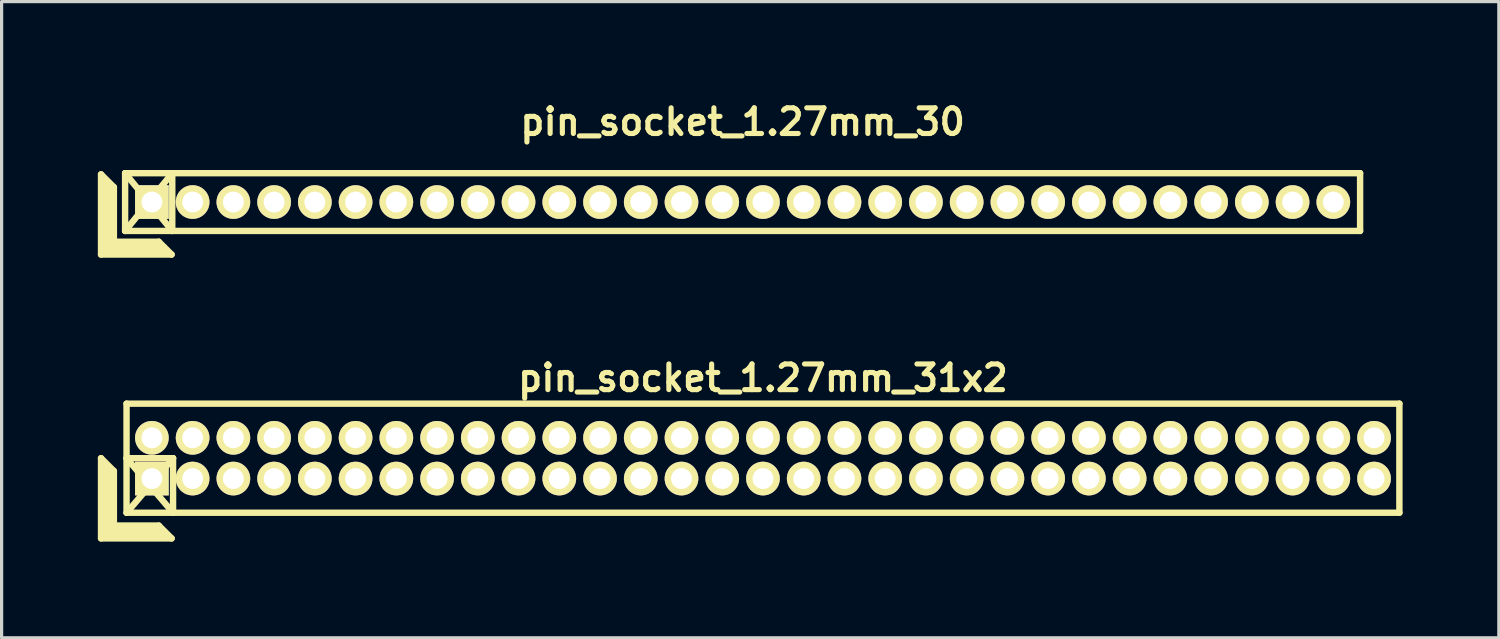
<source format=kicad_pcb>
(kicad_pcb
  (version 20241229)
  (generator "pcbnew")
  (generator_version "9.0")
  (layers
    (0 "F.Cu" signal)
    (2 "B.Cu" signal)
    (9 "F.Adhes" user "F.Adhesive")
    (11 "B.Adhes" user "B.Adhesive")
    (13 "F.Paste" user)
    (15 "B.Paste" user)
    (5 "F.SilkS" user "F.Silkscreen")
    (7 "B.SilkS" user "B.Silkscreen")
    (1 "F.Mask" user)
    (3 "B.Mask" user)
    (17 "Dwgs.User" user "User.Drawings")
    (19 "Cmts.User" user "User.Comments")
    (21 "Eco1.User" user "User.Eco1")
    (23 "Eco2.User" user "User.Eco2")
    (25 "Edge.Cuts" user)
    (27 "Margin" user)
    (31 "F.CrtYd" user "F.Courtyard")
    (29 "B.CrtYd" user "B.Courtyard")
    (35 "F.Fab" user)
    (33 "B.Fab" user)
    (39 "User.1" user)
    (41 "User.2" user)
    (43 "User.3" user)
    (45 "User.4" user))
  (footprint "pin_socket_1.27mm_30"
    (layer "F.Cu")
    (at 20.1 3.249)
    (property "Reference" "pin_socket_1.27mm_30" (at 0 -2.5 0) (layer "F.SilkS") (effects (font (size 0.8 0.8) (thickness 0.16))))
    (attr through_hole)
    (fp_line (start -20 -0.864) (end -20 1.636) (stroke (width 0.2) (type solid)) (layer "F.SilkS"))
    (fp_line (start -20 -0.864) (end -19.6 -0.464) (stroke (width 0.2) (type solid)) (layer "F.SilkS"))
    (fp_line (start -20 1.636) (end -17.8 1.636) (stroke (width 0.2) (type solid)) (layer "F.SilkS"))
    (fp_line (start -19.9 1.536) (end -19.9 -0.664) (stroke (width 0.2) (type solid)) (layer "F.SilkS"))
    (fp_line (start -19.9 1.536) (end -18 1.536) (stroke (width 0.2) (type solid)) (layer "F.SilkS"))
    (fp_line (start -19.8 1.436) (end -19.8 -0.564) (stroke (width 0.2) (type solid)) (layer "F.SilkS"))
    (fp_line (start -19.8 1.436) (end -18.1 1.436) (stroke (width 0.2) (type solid)) (layer "F.SilkS"))
    (fp_line (start -19.7 1.336) (end -19.7 -0.464) (stroke (width 0.2) (type solid)) (layer "F.SilkS"))
    (fp_line (start -19.7 1.336) (end -18.2 1.336) (stroke (width 0.2) (type solid)) (layer "F.SilkS"))
    (fp_line (start -19.6 1.236) (end -19.6 -0.464) (stroke (width 0.2) (type solid)) (layer "F.SilkS"))
    (fp_line (start -19.6 1.236) (end -18.2 1.236) (stroke (width 0.2) (type solid)) (layer "F.SilkS"))
    (fp_line (start -19.25 -0.9) (end -17.78 0.9) (stroke (width 0.2) (type solid)) (layer "F.SilkS"))
    (fp_line (start -19.25 -0.9) (end 19.25 -0.9) (stroke (width 0.2) (type solid)) (layer "F.SilkS"))
    (fp_line (start -19.25 0.9) (end -19.25 -0.9) (stroke (width 0.2) (type solid)) (layer "F.SilkS"))
    (fp_line (start -19.25 0.9) (end -17.78 -0.9) (stroke (width 0.2) (type solid)) (layer "F.SilkS"))
    (fp_line (start -18.2 1.236) (end -17.8 1.636) (stroke (width 0.2) (type solid)) (layer "F.SilkS"))
    (fp_line (start -17.78 -0.9) (end -17.78 0.9) (stroke (width 0.2) (type solid)) (layer "F.SilkS"))
    (fp_line (start 19.25 -0.9) (end 19.25 0.9) (stroke (width 0.2) (type solid)) (layer "F.SilkS"))
    (fp_line (start 19.25 0.9) (end -19.25 0.9) (stroke (width 0.2) (type solid)) (layer "F.SilkS"))
    (pad "1" thru_hole rect (at -18.415 0) (size 1.05 1.05) (drill 0.65) (layers "*.Cu" "*.Mask" "F.SilkS"))
    (pad "2" thru_hole oval (at -17.145 0) (size 1.05 1.05) (drill 0.65) (layers "*.Cu" "*.Mask" "F.SilkS"))
    (pad "3" thru_hole oval (at -15.875 0) (size 1.05 1.05) (drill 0.65) (layers "*.Cu" "*.Mask" "F.SilkS"))
    (pad "4" thru_hole oval (at -14.605 0) (size 1.05 1.05) (drill 0.65) (layers "*.Cu" "*.Mask" "F.SilkS"))
    (pad "5" thru_hole oval (at -13.335 0) (size 1.05 1.05) (drill 0.65) (layers "*.Cu" "*.Mask" "F.SilkS"))
    (pad "6" thru_hole oval (at -12.065 0) (size 1.05 1.05) (drill 0.65) (layers "*.Cu" "*.Mask" "F.SilkS"))
    (pad "7" thru_hole oval (at -10.795 0) (size 1.05 1.05) (drill 0.65) (layers "*.Cu" "*.Mask" "F.SilkS"))
    (pad "8" thru_hole oval (at -9.525 0) (size 1.05 1.05) (drill 0.65) (layers "*.Cu" "*.Mask" "F.SilkS"))
    (pad "9" thru_hole oval (at -8.255 0) (size 1.05 1.05) (drill 0.65) (layers "*.Cu" "*.Mask" "F.SilkS"))
    (pad "10" thru_hole oval (at -6.985 0) (size 1.05 1.05) (drill 0.65) (layers "*.Cu" "*.Mask" "F.SilkS"))
    (pad "11" thru_hole oval (at -5.715 0) (size 1.05 1.05) (drill 0.65) (layers "*.Cu" "*.Mask" "F.SilkS"))
    (pad "12" thru_hole oval (at -4.445 0) (size 1.05 1.05) (drill 0.65) (layers "*.Cu" "*.Mask" "F.SilkS"))
    (pad "13" thru_hole oval (at -3.175 0) (size 1.05 1.05) (drill 0.65) (layers "*.Cu" "*.Mask" "F.SilkS"))
    (pad "14" thru_hole oval (at -1.905 0) (size 1.05 1.05) (drill 0.65) (layers "*.Cu" "*.Mask" "F.SilkS"))
    (pad "15" thru_hole oval (at -0.635 0) (size 1.05 1.05) (drill 0.65) (layers "*.Cu" "*.Mask" "F.SilkS"))
    (pad "16" thru_hole oval (at 0.635 0) (size 1.05 1.05) (drill 0.65) (layers "*.Cu" "*.Mask" "F.SilkS"))
    (pad "17" thru_hole oval (at 1.905 0) (size 1.05 1.05) (drill 0.65) (layers "*.Cu" "*.Mask" "F.SilkS"))
    (pad "18" thru_hole oval (at 3.175 0) (size 1.05 1.05) (drill 0.65) (layers "*.Cu" "*.Mask" "F.SilkS"))
    (pad "19" thru_hole oval (at 4.445 0) (size 1.05 1.05) (drill 0.65) (layers "*.Cu" "*.Mask" "F.SilkS"))
    (pad "20" thru_hole oval (at 5.715 0) (size 1.05 1.05) (drill 0.65) (layers "*.Cu" "*.Mask" "F.SilkS"))
    (pad "21" thru_hole oval (at 6.985 0) (size 1.05 1.05) (drill 0.65) (layers "*.Cu" "*.Mask" "F.SilkS"))
    (pad "22" thru_hole oval (at 8.255 0) (size 1.05 1.05) (drill 0.65) (layers "*.Cu" "*.Mask" "F.SilkS"))
    (pad "23" thru_hole oval (at 9.525 0) (size 1.05 1.05) (drill 0.65) (layers "*.Cu" "*.Mask" "F.SilkS"))
    (pad "24" thru_hole oval (at 10.795 0) (size 1.05 1.05) (drill 0.65) (layers "*.Cu" "*.Mask" "F.SilkS"))
    (pad "25" thru_hole oval (at 12.065 0) (size 1.05 1.05) (drill 0.65) (layers "*.Cu" "*.Mask" "F.SilkS"))
    (pad "26" thru_hole oval (at 13.335 0) (size 1.05 1.05) (drill 0.65) (layers "*.Cu" "*.Mask" "F.SilkS"))
    (pad "27" thru_hole oval (at 14.605 0) (size 1.05 1.05) (drill 0.65) (layers "*.Cu" "*.Mask" "F.SilkS"))
    (pad "28" thru_hole oval (at 15.875 0) (size 1.05 1.05) (drill 0.65) (layers "*.Cu" "*.Mask" "F.SilkS"))
    (pad "29" thru_hole oval (at 17.145 0) (size 1.05 1.05) (drill 0.65) (layers "*.Cu" "*.Mask" "F.SilkS"))
    (pad "30" thru_hole oval (at 18.415 0) (size 1.05 1.05) (drill 0.65) (layers "*.Cu" "*.Mask" "F.SilkS")))
  (footprint "pin_socket_1.27mm_31x2"
    (layer "F.Cu")
    (at 20.735 11.234)
    (property "Reference" "pin_socket_1.27mm_31x2" (at 0 -2.5 0) (layer "F.SilkS") (effects (font (size 0.8 0.8) (thickness 0.16))))
    (attr through_hole)
    (fp_line (start -20.635 0) (end -20.635 2.5) (stroke (width 0.2) (type solid)) (layer "F.SilkS"))
    (fp_line (start -20.635 0) (end -20.235 0.4) (stroke (width 0.2) (type solid)) (layer "F.SilkS"))
    (fp_line (start -20.635 2.5) (end -18.435 2.5) (stroke (width 0.2) (type solid)) (layer "F.SilkS"))
    (fp_line (start -20.535 2.4) (end -20.535 0.2) (stroke (width 0.2) (type solid)) (layer "F.SilkS"))
    (fp_line (start -20.535 2.4) (end -18.635 2.4) (stroke (width 0.2) (type solid)) (layer "F.SilkS"))
    (fp_line (start -20.435 2.3) (end -20.435 0.3) (stroke (width 0.2) (type solid)) (layer "F.SilkS"))
    (fp_line (start -20.435 2.3) (end -18.735 2.3) (stroke (width 0.2) (type solid)) (layer "F.SilkS"))
    (fp_line (start -20.335 2.2) (end -20.335 0.4) (stroke (width 0.2) (type solid)) (layer "F.SilkS"))
    (fp_line (start -20.335 2.2) (end -18.835 2.2) (stroke (width 0.2) (type solid)) (layer "F.SilkS"))
    (fp_line (start -20.235 2.1) (end -20.235 0.4) (stroke (width 0.2) (type solid)) (layer "F.SilkS"))
    (fp_line (start -20.235 2.1) (end -18.835 2.1) (stroke (width 0.2) (type solid)) (layer "F.SilkS"))
    (fp_line (start -19.84 -1.7) (end 19.84 -1.7) (stroke (width 0.2) (type solid)) (layer "F.SilkS"))
    (fp_line (start -19.84 0) (end -18.39 0) (stroke (width 0.2) (type solid)) (layer "F.SilkS"))
    (fp_line (start -19.84 0) (end -18.39 1.7) (stroke (width 0.2) (type solid)) (layer "F.SilkS"))
    (fp_line (start -19.84 1.7) (end -19.84 -1.7) (stroke (width 0.2) (type solid)) (layer "F.SilkS"))
    (fp_line (start -18.835 2.1) (end -18.435 2.5) (stroke (width 0.2) (type solid)) (layer "F.SilkS"))
    (fp_line (start -18.39 0) (end -19.835 1.7) (stroke (width 0.2) (type solid)) (layer "F.SilkS"))
    (fp_line (start -18.39 0) (end -18.39 1.7) (stroke (width 0.2) (type solid)) (layer "F.SilkS"))
    (fp_line (start 19.84 -1.7) (end 19.84 1.7) (stroke (width 0.2) (type solid)) (layer "F.SilkS"))
    (fp_line (start 19.84 1.7) (end -19.84 1.7) (stroke (width 0.2) (type solid)) (layer "F.SilkS"))
    (pad "1" thru_hole rect (at -19.05 0.635) (size 1.05 1.05) (drill 0.65) (layers "*.Cu" "*.Mask" "F.SilkS"))
    (pad "2" thru_hole oval (at -19.05 -0.635) (size 1.05 1.05) (drill 0.65) (layers "*.Cu" "*.Mask" "F.SilkS"))
    (pad "3" thru_hole oval (at -17.78 0.635) (size 1.05 1.05) (drill 0.65) (layers "*.Cu" "*.Mask" "F.SilkS"))
    (pad "4" thru_hole oval (at -17.78 -0.635) (size 1.05 1.05) (drill 0.65) (layers "*.Cu" "*.Mask" "F.SilkS"))
    (pad "5" thru_hole oval (at -16.51 0.635) (size 1.05 1.05) (drill 0.65) (layers "*.Cu" "*.Mask" "F.SilkS"))
    (pad "6" thru_hole oval (at -16.51 -0.635) (size 1.05 1.05) (drill 0.65) (layers "*.Cu" "*.Mask" "F.SilkS"))
    (pad "7" thru_hole oval (at -15.24 0.635) (size 1.05 1.05) (drill 0.65) (layers "*.Cu" "*.Mask" "F.SilkS"))
    (pad "8" thru_hole oval (at -15.24 -0.635) (size 1.05 1.05) (drill 0.65) (layers "*.Cu" "*.Mask" "F.SilkS"))
    (pad "9" thru_hole oval (at -13.97 0.635) (size 1.05 1.05) (drill 0.65) (layers "*.Cu" "*.Mask" "F.SilkS"))
    (pad "10" thru_hole oval (at -13.97 -0.635) (size 1.05 1.05) (drill 0.65) (layers "*.Cu" "*.Mask" "F.SilkS"))
    (pad "11" thru_hole oval (at -12.7 0.635) (size 1.05 1.05) (drill 0.65) (layers "*.Cu" "*.Mask" "F.SilkS"))
    (pad "12" thru_hole oval (at -12.7 -0.635) (size 1.05 1.05) (drill 0.65) (layers "*.Cu" "*.Mask" "F.SilkS"))
    (pad "13" thru_hole oval (at -11.43 0.635) (size 1.05 1.05) (drill 0.65) (layers "*.Cu" "*.Mask" "F.SilkS"))
    (pad "14" thru_hole oval (at -11.43 -0.635) (size 1.05 1.05) (drill 0.65) (layers "*.Cu" "*.Mask" "F.SilkS"))
    (pad "15" thru_hole oval (at -10.16 0.635) (size 1.05 1.05) (drill 0.65) (layers "*.Cu" "*.Mask" "F.SilkS"))
    (pad "16" thru_hole oval (at -10.16 -0.635) (size 1.05 1.05) (drill 0.65) (layers "*.Cu" "*.Mask" "F.SilkS"))
    (pad "17" thru_hole oval (at -8.89 0.635) (size 1.05 1.05) (drill 0.65) (layers "*.Cu" "*.Mask" "F.SilkS"))
    (pad "18" thru_hole oval (at -8.89 -0.635) (size 1.05 1.05) (drill 0.65) (layers "*.Cu" "*.Mask" "F.SilkS"))
    (pad "19" thru_hole oval (at -7.62 0.635) (size 1.05 1.05) (drill 0.65) (layers "*.Cu" "*.Mask" "F.SilkS"))
    (pad "20" thru_hole oval (at -7.62 -0.635) (size 1.05 1.05) (drill 0.65) (layers "*.Cu" "*.Mask" "F.SilkS"))
    (pad "21" thru_hole oval (at -6.35 0.635) (size 1.05 1.05) (drill 0.65) (layers "*.Cu" "*.Mask" "F.SilkS"))
    (pad "22" thru_hole oval (at -6.35 -0.635) (size 1.05 1.05) (drill 0.65) (layers "*.Cu" "*.Mask" "F.SilkS"))
    (pad "23" thru_hole oval (at -5.08 0.635) (size 1.05 1.05) (drill 0.65) (layers "*.Cu" "*.Mask" "F.SilkS"))
    (pad "24" thru_hole oval (at -5.08 -0.635) (size 1.05 1.05) (drill 0.65) (layers "*.Cu" "*.Mask" "F.SilkS"))
    (pad "25" thru_hole oval (at -3.81 0.635) (size 1.05 1.05) (drill 0.65) (layers "*.Cu" "*.Mask" "F.SilkS"))
    (pad "26" thru_hole oval (at -3.81 -0.635) (size 1.05 1.05) (drill 0.65) (layers "*.Cu" "*.Mask" "F.SilkS"))
    (pad "27" thru_hole oval (at -2.54 0.635) (size 1.05 1.05) (drill 0.65) (layers "*.Cu" "*.Mask" "F.SilkS"))
    (pad "28" thru_hole oval (at -2.54 -0.635) (size 1.05 1.05) (drill 0.65) (layers "*.Cu" "*.Mask" "F.SilkS"))
    (pad "29" thru_hole oval (at -1.27 0.635) (size 1.05 1.05) (drill 0.65) (layers "*.Cu" "*.Mask" "F.SilkS"))
    (pad "30" thru_hole oval (at -1.27 -0.635) (size 1.05 1.05) (drill 0.65) (layers "*.Cu" "*.Mask" "F.SilkS"))
    (pad "31" thru_hole oval (at 0 0.635) (size 1.05 1.05) (drill 0.65) (layers "*.Cu" "*.Mask" "F.SilkS"))
    (pad "32" thru_hole oval (at 0 -0.635) (size 1.05 1.05) (drill 0.65) (layers "*.Cu" "*.Mask" "F.SilkS"))
    (pad "33" thru_hole oval (at 1.27 0.635) (size 1.05 1.05) (drill 0.65) (layers "*.Cu" "*.Mask" "F.SilkS"))
    (pad "34" thru_hole oval (at 1.27 -0.635) (size 1.05 1.05) (drill 0.65) (layers "*.Cu" "*.Mask" "F.SilkS"))
    (pad "35" thru_hole oval (at 2.54 0.635) (size 1.05 1.05) (drill 0.65) (layers "*.Cu" "*.Mask" "F.SilkS"))
    (pad "36" thru_hole oval (at 2.54 -0.635) (size 1.05 1.05) (drill 0.65) (layers "*.Cu" "*.Mask" "F.SilkS"))
    (pad "37" thru_hole oval (at 3.81 0.635) (size 1.05 1.05) (drill 0.65) (layers "*.Cu" "*.Mask" "F.SilkS"))
    (pad "38" thru_hole oval (at 3.81 -0.635) (size 1.05 1.05) (drill 0.65) (layers "*.Cu" "*.Mask" "F.SilkS"))
    (pad "39" thru_hole oval (at 5.08 0.635) (size 1.05 1.05) (drill 0.65) (layers "*.Cu" "*.Mask" "F.SilkS"))
    (pad "40" thru_hole oval (at 5.08 -0.635) (size 1.05 1.05) (drill 0.65) (layers "*.Cu" "*.Mask" "F.SilkS"))
    (pad "41" thru_hole oval (at 6.35 0.635) (size 1.05 1.05) (drill 0.65) (layers "*.Cu" "*.Mask" "F.SilkS"))
    (pad "42" thru_hole oval (at 6.35 -0.635) (size 1.05 1.05) (drill 0.65) (layers "*.Cu" "*.Mask" "F.SilkS"))
    (pad "43" thru_hole oval (at 7.62 0.635) (size 1.05 1.05) (drill 0.65) (layers "*.Cu" "*.Mask" "F.SilkS"))
    (pad "44" thru_hole oval (at 7.62 -0.635) (size 1.05 1.05) (drill 0.65) (layers "*.Cu" "*.Mask" "F.SilkS"))
    (pad "45" thru_hole oval (at 8.89 0.635) (size 1.05 1.05) (drill 0.65) (layers "*.Cu" "*.Mask" "F.SilkS"))
    (pad "46" thru_hole oval (at 8.89 -0.635) (size 1.05 1.05) (drill 0.65) (layers "*.Cu" "*.Mask" "F.SilkS"))
    (pad "47" thru_hole oval (at 10.16 0.635) (size 1.05 1.05) (drill 0.65) (layers "*.Cu" "*.Mask" "F.SilkS"))
    (pad "48" thru_hole oval (at 10.16 -0.635) (size 1.05 1.05) (drill 0.65) (layers "*.Cu" "*.Mask" "F.SilkS"))
    (pad "49" thru_hole oval (at 11.43 0.635) (size 1.05 1.05) (drill 0.65) (layers "*.Cu" "*.Mask" "F.SilkS"))
    (pad "50" thru_hole oval (at 11.43 -0.635) (size 1.05 1.05) (drill 0.65) (layers "*.Cu" "*.Mask" "F.SilkS"))
    (pad "51" thru_hole circle (at 12.7 0.635) (size 1.05 1.05) (drill 0.65) (layers "*.Cu" "*.Mask" "F.SilkS"))
    (pad "52" thru_hole oval (at 12.7 -0.635) (size 1.05 1.05) (drill 0.65) (layers "*.Cu" "*.Mask" "F.SilkS"))
    (pad "53" thru_hole oval (at 13.97 0.635) (size 1.05 1.05) (drill 0.65) (layers "*.Cu" "*.Mask" "F.SilkS"))
    (pad "54" thru_hole oval (at 13.97 -0.635) (size 1.05 1.05) (drill 0.65) (layers "*.Cu" "*.Mask" "F.SilkS"))
    (pad "55" thru_hole oval (at 15.24 0.635) (size 1.05 1.05) (drill 0.65) (layers "*.Cu" "*.Mask" "F.SilkS"))
    (pad "56" thru_hole oval (at 15.24 -0.635) (size 1.05 1.05) (drill 0.65) (layers "*.Cu" "*.Mask" "F.SilkS"))
    (pad "57" thru_hole oval (at 16.51 0.635) (size 1.05 1.05) (drill 0.65) (layers "*.Cu" "*.Mask" "F.SilkS"))
    (pad "58" thru_hole oval (at 16.51 -0.635) (size 1.05 1.05) (drill 0.65) (layers "*.Cu" "*.Mask" "F.SilkS"))
    (pad "59" thru_hole oval (at 17.78 0.635) (size 1.05 1.05) (drill 0.65) (layers "*.Cu" "*.Mask" "F.SilkS"))
    (pad "60" thru_hole oval (at 17.78 -0.635) (size 1.05 1.05) (drill 0.65) (layers "*.Cu" "*.Mask" "F.SilkS"))
    (pad "61" thru_hole oval (at 19.05 0.635) (size 1.05 1.05) (drill 0.65) (layers "*.Cu" "*.Mask" "F.SilkS"))
    (pad "62" thru_hole oval (at 19.05 -0.635) (size 1.05 1.05) (drill 0.65) (layers "*.Cu" "*.Mask" "F.SilkS")))
  (gr_rect
    (start -3 -3)
    (end 43.675 16.834)
    (stroke (width 0.1) (type default))
    (fill no)
    (layer "Edge.Cuts")))
</source>
